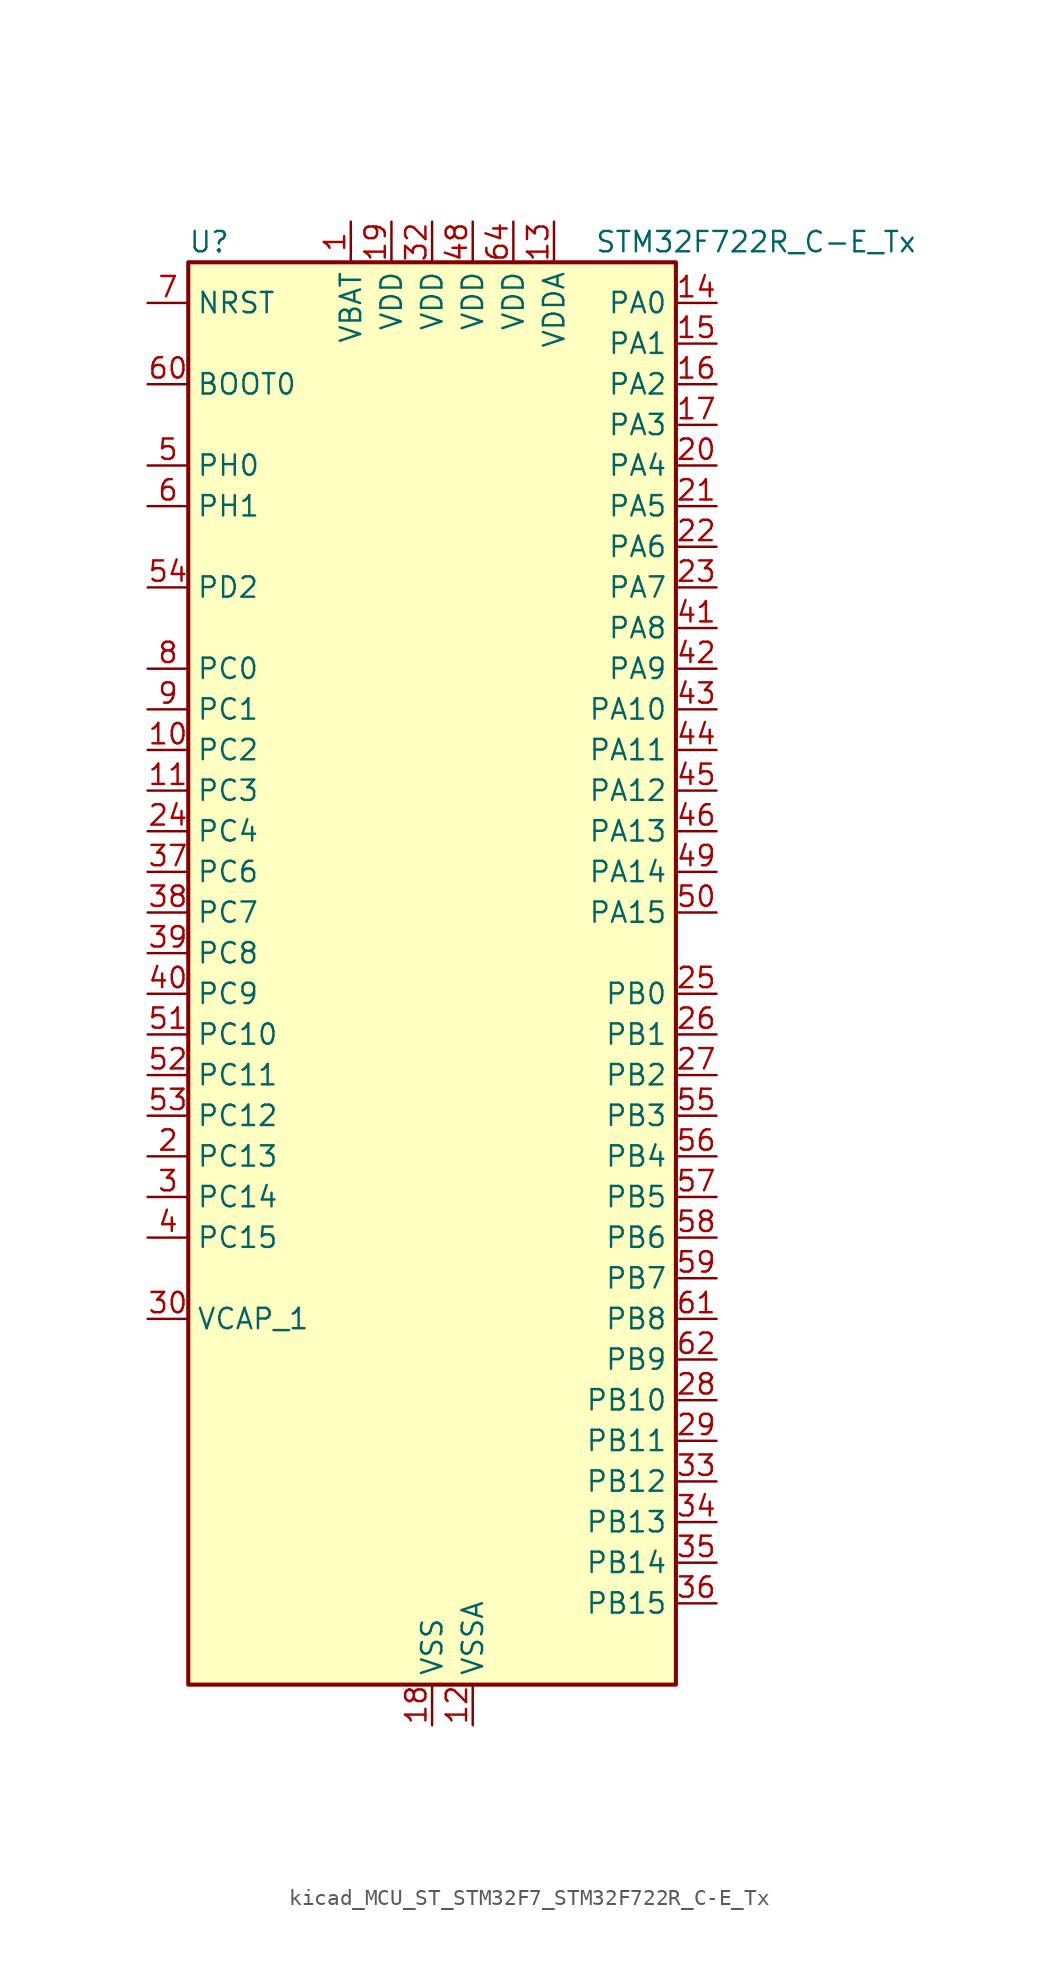
<source format=kicad_sym>
(kicad_symbol_lib
  (version 20220914)
  (generator kicad_symbol_editor)
  (symbol "kicad_MCU_ST_STM32F7_STM32F722R_C-E_Tx"
    (property "Reference" "U"
      (at -15.24 46.99 0)
      (effects (font (size 1.27 1.27)) (justify left)))
    (property "Value" "STM32F722R_C-E_Tx"
      (at 10.16 46.99 0)
      (effects (font (size 1.27 1.27)) (justify left)))
    (property "ki_locked" ""
      (at 0 0 0)
      (effects (font (size 1.27 1.27))))
    (symbol "kicad_MCU_ST_STM32F7_STM32F722R_C-E_Tx_0_1"
      (rectangle (start -15.24 -43.18) (end 15.24 45.72) (stroke (width 0.254) (type default)) (fill (type background))))
    (symbol "kicad_MCU_ST_STM32F7_STM32F722R_C-E_Tx_1_1"
      (pin power_in line (at -5.08 48.26 270) (length 2.54) (name "VBAT" (effects (font (size 1.27 1.27)))) (number "1" (effects (font (size 1.27 1.27)))))
      (pin bidirectional line (at -17.78 15.24 0) (length 2.54) (name "PC2" (effects (font (size 1.27 1.27)))) (number "10" (effects (font (size 1.27 1.27)))) (alternate "ADC1_IN12" bidirectional line) (alternate "ADC2_IN12" bidirectional line) (alternate "ADC3_IN12" bidirectional line) (alternate "SPI2_MISO" bidirectional line) (alternate "USB_OTG_HS_ULPI_DIR" bidirectional line))
      (pin bidirectional line (at -17.78 12.7 0) (length 2.54) (name "PC3" (effects (font (size 1.27 1.27)))) (number "11" (effects (font (size 1.27 1.27)))) (alternate "ADC1_IN13" bidirectional line) (alternate "ADC2_IN13" bidirectional line) (alternate "ADC3_IN13" bidirectional line) (alternate "I2S2_SD" bidirectional line) (alternate "SPI2_MOSI" bidirectional line) (alternate "USB_OTG_HS_ULPI_NXT" bidirectional line))
      (pin power_in line (at 2.54 -45.72 90) (length 2.54) (name "VSSA" (effects (font (size 1.27 1.27)))) (number "12" (effects (font (size 1.27 1.27)))))
      (pin power_in line (at 7.62 48.26 270) (length 2.54) (name "VDDA" (effects (font (size 1.27 1.27)))) (number "13" (effects (font (size 1.27 1.27)))))
      (pin bidirectional line (at 17.78 43.18 180) (length 2.54) (name "PA0" (effects (font (size 1.27 1.27)))) (number "14" (effects (font (size 1.27 1.27)))) (alternate "ADC1_IN0" bidirectional line) (alternate "ADC2_IN0" bidirectional line) (alternate "ADC3_IN0" bidirectional line) (alternate "SAI2_SD_B" bidirectional line) (alternate "SYS_WKUP1" bidirectional line) (alternate "TIM2_CH1" bidirectional line) (alternate "TIM2_ETR" bidirectional line) (alternate "TIM5_CH1" bidirectional line) (alternate "TIM8_ETR" bidirectional line) (alternate "UART4_TX" bidirectional line) (alternate "USART2_CTS" bidirectional line))
      (pin bidirectional line (at 17.78 40.64 180) (length 2.54) (name "PA1" (effects (font (size 1.27 1.27)))) (number "15" (effects (font (size 1.27 1.27)))) (alternate "ADC1_IN1" bidirectional line) (alternate "ADC2_IN1" bidirectional line) (alternate "ADC3_IN1" bidirectional line) (alternate "QUADSPI_BK1_IO3" bidirectional line) (alternate "SAI2_MCLK_B" bidirectional line) (alternate "TIM2_CH2" bidirectional line) (alternate "TIM5_CH2" bidirectional line) (alternate "UART4_RX" bidirectional line) (alternate "USART2_DE" bidirectional line) (alternate "USART2_RTS" bidirectional line))
      (pin bidirectional line (at 17.78 38.1 180) (length 2.54) (name "PA2" (effects (font (size 1.27 1.27)))) (number "16" (effects (font (size 1.27 1.27)))) (alternate "ADC1_IN2" bidirectional line) (alternate "ADC2_IN2" bidirectional line) (alternate "ADC3_IN2" bidirectional line) (alternate "SAI2_SCK_B" bidirectional line) (alternate "SYS_WKUP2" bidirectional line) (alternate "TIM2_CH3" bidirectional line) (alternate "TIM5_CH3" bidirectional line) (alternate "TIM9_CH1" bidirectional line) (alternate "USART2_TX" bidirectional line))
      (pin bidirectional line (at 17.78 35.56 180) (length 2.54) (name "PA3" (effects (font (size 1.27 1.27)))) (number "17" (effects (font (size 1.27 1.27)))) (alternate "ADC1_IN3" bidirectional line) (alternate "ADC2_IN3" bidirectional line) (alternate "ADC3_IN3" bidirectional line) (alternate "TIM2_CH4" bidirectional line) (alternate "TIM5_CH4" bidirectional line) (alternate "TIM9_CH2" bidirectional line) (alternate "USART2_RX" bidirectional line) (alternate "USB_OTG_HS_ULPI_D0" bidirectional line))
      (pin power_in line (at 0 -45.72 90) (length 2.54) (name "VSS" (effects (font (size 1.27 1.27)))) (number "18" (effects (font (size 1.27 1.27)))))
      (pin power_in line (at -2.54 48.26 270) (length 2.54) (name "VDD" (effects (font (size 1.27 1.27)))) (number "19" (effects (font (size 1.27 1.27)))))
      (pin bidirectional line (at -17.78 -10.16 0) (length 2.54) (name "PC13" (effects (font (size 1.27 1.27)))) (number "2" (effects (font (size 1.27 1.27)))) (alternate "RTC_OUT" bidirectional line) (alternate "RTC_TAMP1" bidirectional line) (alternate "RTC_TS" bidirectional line) (alternate "SYS_WKUP4" bidirectional line))
      (pin bidirectional line (at 17.78 33.02 180) (length 2.54) (name "PA4" (effects (font (size 1.27 1.27)))) (number "20" (effects (font (size 1.27 1.27)))) (alternate "ADC1_IN4" bidirectional line) (alternate "ADC2_IN4" bidirectional line) (alternate "DAC_OUT1" bidirectional line) (alternate "I2S1_WS" bidirectional line) (alternate "I2S3_WS" bidirectional line) (alternate "SPI1_NSS" bidirectional line) (alternate "SPI3_NSS" bidirectional line) (alternate "USART2_CK" bidirectional line) (alternate "USB_OTG_HS_SOF" bidirectional line))
      (pin bidirectional line (at 17.78 30.48 180) (length 2.54) (name "PA5" (effects (font (size 1.27 1.27)))) (number "21" (effects (font (size 1.27 1.27)))) (alternate "ADC1_IN5" bidirectional line) (alternate "ADC2_IN5" bidirectional line) (alternate "DAC_OUT2" bidirectional line) (alternate "I2S1_CK" bidirectional line) (alternate "SPI1_SCK" bidirectional line) (alternate "TIM2_CH1" bidirectional line) (alternate "TIM2_ETR" bidirectional line) (alternate "TIM8_CH1N" bidirectional line) (alternate "USB_OTG_HS_ULPI_CK" bidirectional line))
      (pin bidirectional line (at 17.78 27.94 180) (length 2.54) (name "PA6" (effects (font (size 1.27 1.27)))) (number "22" (effects (font (size 1.27 1.27)))) (alternate "ADC1_IN6" bidirectional line) (alternate "ADC2_IN6" bidirectional line) (alternate "SPI1_MISO" bidirectional line) (alternate "TIM13_CH1" bidirectional line) (alternate "TIM1_BKIN" bidirectional line) (alternate "TIM3_CH1" bidirectional line) (alternate "TIM8_BKIN" bidirectional line))
      (pin bidirectional line (at 17.78 25.4 180) (length 2.54) (name "PA7" (effects (font (size 1.27 1.27)))) (number "23" (effects (font (size 1.27 1.27)))) (alternate "ADC1_IN7" bidirectional line) (alternate "ADC2_IN7" bidirectional line) (alternate "I2S1_SD" bidirectional line) (alternate "SPI1_MOSI" bidirectional line) (alternate "TIM14_CH1" bidirectional line) (alternate "TIM1_CH1N" bidirectional line) (alternate "TIM3_CH2" bidirectional line) (alternate "TIM8_CH1N" bidirectional line))
      (pin bidirectional line (at -17.78 10.16 0) (length 2.54) (name "PC4" (effects (font (size 1.27 1.27)))) (number "24" (effects (font (size 1.27 1.27)))) (alternate "ADC1_IN14" bidirectional line) (alternate "ADC2_IN14" bidirectional line) (alternate "I2S1_MCK" bidirectional line))
      (pin bidirectional line (at 17.78 0 180) (length 2.54) (name "PB0" (effects (font (size 1.27 1.27)))) (number "25" (effects (font (size 1.27 1.27)))) (alternate "ADC1_IN8" bidirectional line) (alternate "ADC2_IN8" bidirectional line) (alternate "TIM1_CH2N" bidirectional line) (alternate "TIM3_CH3" bidirectional line) (alternate "TIM8_CH2N" bidirectional line) (alternate "UART4_CTS" bidirectional line) (alternate "USB_OTG_HS_ULPI_D1" bidirectional line))
      (pin bidirectional line (at 17.78 -2.54 180) (length 2.54) (name "PB1" (effects (font (size 1.27 1.27)))) (number "26" (effects (font (size 1.27 1.27)))) (alternate "ADC1_IN9" bidirectional line) (alternate "ADC2_IN9" bidirectional line) (alternate "TIM1_CH3N" bidirectional line) (alternate "TIM3_CH4" bidirectional line) (alternate "TIM8_CH3N" bidirectional line) (alternate "USB_OTG_HS_ULPI_D2" bidirectional line))
      (pin bidirectional line (at 17.78 -5.08 180) (length 2.54) (name "PB2" (effects (font (size 1.27 1.27)))) (number "27" (effects (font (size 1.27 1.27)))) (alternate "I2S3_SD" bidirectional line) (alternate "QUADSPI_CLK" bidirectional line) (alternate "SAI1_SD_A" bidirectional line) (alternate "SPI3_MOSI" bidirectional line))
      (pin bidirectional line (at 17.78 -25.4 180) (length 2.54) (name "PB10" (effects (font (size 1.27 1.27)))) (number "28" (effects (font (size 1.27 1.27)))) (alternate "I2C2_SCL" bidirectional line) (alternate "I2S2_CK" bidirectional line) (alternate "SPI2_SCK" bidirectional line) (alternate "TIM2_CH3" bidirectional line) (alternate "USART3_TX" bidirectional line) (alternate "USB_OTG_HS_ULPI_D3" bidirectional line))
      (pin bidirectional line (at 17.78 -27.94 180) (length 2.54) (name "PB11" (effects (font (size 1.27 1.27)))) (number "29" (effects (font (size 1.27 1.27)))) (alternate "ADC1_EXTI11" bidirectional line) (alternate "ADC2_EXTI11" bidirectional line) (alternate "ADC3_EXTI11" bidirectional line) (alternate "I2C2_SDA" bidirectional line) (alternate "TIM2_CH4" bidirectional line) (alternate "USART3_RX" bidirectional line) (alternate "USB_OTG_HS_ULPI_D4" bidirectional line))
      (pin bidirectional line (at -17.78 -12.7 0) (length 2.54) (name "PC14" (effects (font (size 1.27 1.27)))) (number "3" (effects (font (size 1.27 1.27)))) (alternate "RCC_OSC32_IN" bidirectional line))
      (pin power_out line (at -17.78 -20.32 0) (length 2.54) (name "VCAP_1" (effects (font (size 1.27 1.27)))) (number "30" (effects (font (size 1.27 1.27)))))
      (pin passive line (at 0 -45.72 90) (length 2.54) hide (name "VSS" (effects (font (size 1.27 1.27)))) (number "31" (effects (font (size 1.27 1.27)))))
      (pin power_in line (at 0 48.26 270) (length 2.54) (name "VDD" (effects (font (size 1.27 1.27)))) (number "32" (effects (font (size 1.27 1.27)))))
      (pin bidirectional line (at 17.78 -30.48 180) (length 2.54) (name "PB12" (effects (font (size 1.27 1.27)))) (number "33" (effects (font (size 1.27 1.27)))) (alternate "I2C2_SMBA" bidirectional line) (alternate "I2S2_WS" bidirectional line) (alternate "SPI2_NSS" bidirectional line) (alternate "TIM1_BKIN" bidirectional line) (alternate "USART3_CK" bidirectional line) (alternate "USB_OTG_HS_ID" bidirectional line) (alternate "USB_OTG_HS_ULPI_D5" bidirectional line))
      (pin bidirectional line (at 17.78 -33.02 180) (length 2.54) (name "PB13" (effects (font (size 1.27 1.27)))) (number "34" (effects (font (size 1.27 1.27)))) (alternate "I2S2_CK" bidirectional line) (alternate "SPI2_SCK" bidirectional line) (alternate "TIM1_CH1N" bidirectional line) (alternate "USART3_CTS" bidirectional line) (alternate "USB_OTG_HS_ULPI_D6" bidirectional line) (alternate "USB_OTG_HS_VBUS" bidirectional line))
      (pin bidirectional line (at 17.78 -35.56 180) (length 2.54) (name "PB14" (effects (font (size 1.27 1.27)))) (number "35" (effects (font (size 1.27 1.27)))) (alternate "SPI2_MISO" bidirectional line) (alternate "TIM12_CH1" bidirectional line) (alternate "TIM1_CH2N" bidirectional line) (alternate "TIM8_CH2N" bidirectional line) (alternate "USART3_DE" bidirectional line) (alternate "USART3_RTS" bidirectional line) (alternate "USB_OTG_HS_DM" bidirectional line))
      (pin bidirectional line (at 17.78 -38.1 180) (length 2.54) (name "PB15" (effects (font (size 1.27 1.27)))) (number "36" (effects (font (size 1.27 1.27)))) (alternate "I2S2_SD" bidirectional line) (alternate "RTC_REFIN" bidirectional line) (alternate "SPI2_MOSI" bidirectional line) (alternate "TIM12_CH2" bidirectional line) (alternate "TIM1_CH3N" bidirectional line) (alternate "TIM8_CH3N" bidirectional line) (alternate "USB_OTG_HS_DP" bidirectional line))
      (pin bidirectional line (at -17.78 7.62 0) (length 2.54) (name "PC6" (effects (font (size 1.27 1.27)))) (number "37" (effects (font (size 1.27 1.27)))) (alternate "I2S2_MCK" bidirectional line) (alternate "SDMMC1_D6" bidirectional line) (alternate "TIM3_CH1" bidirectional line) (alternate "TIM8_CH1" bidirectional line) (alternate "USART6_TX" bidirectional line))
      (pin bidirectional line (at -17.78 5.08 0) (length 2.54) (name "PC7" (effects (font (size 1.27 1.27)))) (number "38" (effects (font (size 1.27 1.27)))) (alternate "I2S3_MCK" bidirectional line) (alternate "SDMMC1_D7" bidirectional line) (alternate "TIM3_CH2" bidirectional line) (alternate "TIM8_CH2" bidirectional line) (alternate "USART6_RX" bidirectional line))
      (pin bidirectional line (at -17.78 2.54 0) (length 2.54) (name "PC8" (effects (font (size 1.27 1.27)))) (number "39" (effects (font (size 1.27 1.27)))) (alternate "SDMMC1_D0" bidirectional line) (alternate "SYS_TRACED1" bidirectional line) (alternate "TIM3_CH3" bidirectional line) (alternate "TIM8_CH3" bidirectional line) (alternate "UART5_DE" bidirectional line) (alternate "UART5_RTS" bidirectional line) (alternate "USART6_CK" bidirectional line))
      (pin bidirectional line (at -17.78 -15.24 0) (length 2.54) (name "PC15" (effects (font (size 1.27 1.27)))) (number "4" (effects (font (size 1.27 1.27)))) (alternate "RCC_OSC32_OUT" bidirectional line))
      (pin bidirectional line (at -17.78 0 0) (length 2.54) (name "PC9" (effects (font (size 1.27 1.27)))) (number "40" (effects (font (size 1.27 1.27)))) (alternate "DAC_EXTI9" bidirectional line) (alternate "I2C3_SDA" bidirectional line) (alternate "I2S_CKIN" bidirectional line) (alternate "QUADSPI_BK1_IO0" bidirectional line) (alternate "RCC_MCO_2" bidirectional line) (alternate "SDMMC1_D1" bidirectional line) (alternate "TIM3_CH4" bidirectional line) (alternate "TIM8_CH4" bidirectional line) (alternate "UART5_CTS" bidirectional line))
      (pin bidirectional line (at 17.78 22.86 180) (length 2.54) (name "PA8" (effects (font (size 1.27 1.27)))) (number "41" (effects (font (size 1.27 1.27)))) (alternate "I2C3_SCL" bidirectional line) (alternate "RCC_MCO_1" bidirectional line) (alternate "TIM1_CH1" bidirectional line) (alternate "TIM8_BKIN2" bidirectional line) (alternate "USART1_CK" bidirectional line) (alternate "USB_OTG_FS_SOF" bidirectional line))
      (pin bidirectional line (at 17.78 20.32 180) (length 2.54) (name "PA9" (effects (font (size 1.27 1.27)))) (number "42" (effects (font (size 1.27 1.27)))) (alternate "DAC_EXTI9" bidirectional line) (alternate "I2C3_SMBA" bidirectional line) (alternate "I2S2_CK" bidirectional line) (alternate "SPI2_SCK" bidirectional line) (alternate "TIM1_CH2" bidirectional line) (alternate "USART1_TX" bidirectional line) (alternate "USB_OTG_FS_VBUS" bidirectional line))
      (pin bidirectional line (at 17.78 17.78 180) (length 2.54) (name "PA10" (effects (font (size 1.27 1.27)))) (number "43" (effects (font (size 1.27 1.27)))) (alternate "TIM1_CH3" bidirectional line) (alternate "USART1_RX" bidirectional line) (alternate "USB_OTG_FS_ID" bidirectional line))
      (pin bidirectional line (at 17.78 15.24 180) (length 2.54) (name "PA11" (effects (font (size 1.27 1.27)))) (number "44" (effects (font (size 1.27 1.27)))) (alternate "ADC1_EXTI11" bidirectional line) (alternate "ADC2_EXTI11" bidirectional line) (alternate "ADC3_EXTI11" bidirectional line) (alternate "CAN1_RX" bidirectional line) (alternate "TIM1_CH4" bidirectional line) (alternate "USART1_CTS" bidirectional line) (alternate "USB_OTG_FS_DM" bidirectional line))
      (pin bidirectional line (at 17.78 12.7 180) (length 2.54) (name "PA12" (effects (font (size 1.27 1.27)))) (number "45" (effects (font (size 1.27 1.27)))) (alternate "CAN1_TX" bidirectional line) (alternate "SAI2_FS_B" bidirectional line) (alternate "TIM1_ETR" bidirectional line) (alternate "USART1_DE" bidirectional line) (alternate "USART1_RTS" bidirectional line) (alternate "USB_OTG_FS_DP" bidirectional line))
      (pin bidirectional line (at 17.78 10.16 180) (length 2.54) (name "PA13" (effects (font (size 1.27 1.27)))) (number "46" (effects (font (size 1.27 1.27)))) (alternate "SYS_JTMS-SWDIO" bidirectional line))
      (pin passive line (at 0 -45.72 90) (length 2.54) hide (name "VSS" (effects (font (size 1.27 1.27)))) (number "47" (effects (font (size 1.27 1.27)))))
      (pin power_in line (at 2.54 48.26 270) (length 2.54) (name "VDD" (effects (font (size 1.27 1.27)))) (number "48" (effects (font (size 1.27 1.27)))))
      (pin bidirectional line (at 17.78 7.62 180) (length 2.54) (name "PA14" (effects (font (size 1.27 1.27)))) (number "49" (effects (font (size 1.27 1.27)))) (alternate "SYS_JTCK-SWCLK" bidirectional line))
      (pin bidirectional line (at -17.78 33.02 0) (length 2.54) (name "PH0" (effects (font (size 1.27 1.27)))) (number "5" (effects (font (size 1.27 1.27)))) (alternate "RCC_OSC_IN" bidirectional line))
      (pin bidirectional line (at 17.78 5.08 180) (length 2.54) (name "PA15" (effects (font (size 1.27 1.27)))) (number "50" (effects (font (size 1.27 1.27)))) (alternate "I2S1_WS" bidirectional line) (alternate "I2S3_WS" bidirectional line) (alternate "SPI1_NSS" bidirectional line) (alternate "SPI3_NSS" bidirectional line) (alternate "SYS_JTDI" bidirectional line) (alternate "TIM2_CH1" bidirectional line) (alternate "TIM2_ETR" bidirectional line) (alternate "UART4_DE" bidirectional line) (alternate "UART4_RTS" bidirectional line))
      (pin bidirectional line (at -17.78 -2.54 0) (length 2.54) (name "PC10" (effects (font (size 1.27 1.27)))) (number "51" (effects (font (size 1.27 1.27)))) (alternate "I2S3_CK" bidirectional line) (alternate "QUADSPI_BK1_IO1" bidirectional line) (alternate "SDMMC1_D2" bidirectional line) (alternate "SPI3_SCK" bidirectional line) (alternate "UART4_TX" bidirectional line) (alternate "USART3_TX" bidirectional line))
      (pin bidirectional line (at -17.78 -5.08 0) (length 2.54) (name "PC11" (effects (font (size 1.27 1.27)))) (number "52" (effects (font (size 1.27 1.27)))) (alternate "ADC1_EXTI11" bidirectional line) (alternate "ADC2_EXTI11" bidirectional line) (alternate "ADC3_EXTI11" bidirectional line) (alternate "QUADSPI_BK2_NCS" bidirectional line) (alternate "SDMMC1_D3" bidirectional line) (alternate "SPI3_MISO" bidirectional line) (alternate "UART4_RX" bidirectional line) (alternate "USART3_RX" bidirectional line))
      (pin bidirectional line (at -17.78 -7.62 0) (length 2.54) (name "PC12" (effects (font (size 1.27 1.27)))) (number "53" (effects (font (size 1.27 1.27)))) (alternate "I2S3_SD" bidirectional line) (alternate "SDMMC1_CK" bidirectional line) (alternate "SPI3_MOSI" bidirectional line) (alternate "SYS_TRACED3" bidirectional line) (alternate "UART5_TX" bidirectional line) (alternate "USART3_CK" bidirectional line))
      (pin bidirectional line (at -17.78 25.4 0) (length 2.54) (name "PD2" (effects (font (size 1.27 1.27)))) (number "54" (effects (font (size 1.27 1.27)))) (alternate "SDMMC1_CMD" bidirectional line) (alternate "SYS_TRACED2" bidirectional line) (alternate "TIM3_ETR" bidirectional line) (alternate "UART5_RX" bidirectional line))
      (pin bidirectional line (at 17.78 -7.62 180) (length 2.54) (name "PB3" (effects (font (size 1.27 1.27)))) (number "55" (effects (font (size 1.27 1.27)))) (alternate "I2S1_CK" bidirectional line) (alternate "I2S3_CK" bidirectional line) (alternate "SPI1_SCK" bidirectional line) (alternate "SPI3_SCK" bidirectional line) (alternate "SYS_JTDO-SWO" bidirectional line) (alternate "TIM2_CH2" bidirectional line))
      (pin bidirectional line (at 17.78 -10.16 180) (length 2.54) (name "PB4" (effects (font (size 1.27 1.27)))) (number "56" (effects (font (size 1.27 1.27)))) (alternate "I2S2_WS" bidirectional line) (alternate "SPI1_MISO" bidirectional line) (alternate "SPI2_NSS" bidirectional line) (alternate "SPI3_MISO" bidirectional line) (alternate "SYS_JTRST" bidirectional line) (alternate "TIM3_CH1" bidirectional line))
      (pin bidirectional line (at 17.78 -12.7 180) (length 2.54) (name "PB5" (effects (font (size 1.27 1.27)))) (number "57" (effects (font (size 1.27 1.27)))) (alternate "I2C1_SMBA" bidirectional line) (alternate "I2S1_SD" bidirectional line) (alternate "I2S3_SD" bidirectional line) (alternate "SPI1_MOSI" bidirectional line) (alternate "SPI3_MOSI" bidirectional line) (alternate "TIM3_CH2" bidirectional line) (alternate "USB_OTG_HS_ULPI_D7" bidirectional line))
      (pin bidirectional line (at 17.78 -15.24 180) (length 2.54) (name "PB6" (effects (font (size 1.27 1.27)))) (number "58" (effects (font (size 1.27 1.27)))) (alternate "I2C1_SCL" bidirectional line) (alternate "QUADSPI_BK1_NCS" bidirectional line) (alternate "TIM4_CH1" bidirectional line) (alternate "USART1_TX" bidirectional line))
      (pin bidirectional line (at 17.78 -17.78 180) (length 2.54) (name "PB7" (effects (font (size 1.27 1.27)))) (number "59" (effects (font (size 1.27 1.27)))) (alternate "I2C1_SDA" bidirectional line) (alternate "TIM4_CH2" bidirectional line) (alternate "USART1_RX" bidirectional line))
      (pin bidirectional line (at -17.78 30.48 0) (length 2.54) (name "PH1" (effects (font (size 1.27 1.27)))) (number "6" (effects (font (size 1.27 1.27)))) (alternate "RCC_OSC_OUT" bidirectional line))
      (pin input line (at -17.78 38.1 0) (length 2.54) (name "BOOT0" (effects (font (size 1.27 1.27)))) (number "60" (effects (font (size 1.27 1.27)))))
      (pin bidirectional line (at 17.78 -20.32 180) (length 2.54) (name "PB8" (effects (font (size 1.27 1.27)))) (number "61" (effects (font (size 1.27 1.27)))) (alternate "CAN1_RX" bidirectional line) (alternate "I2C1_SCL" bidirectional line) (alternate "SDMMC1_D4" bidirectional line) (alternate "TIM10_CH1" bidirectional line) (alternate "TIM4_CH3" bidirectional line))
      (pin bidirectional line (at 17.78 -22.86 180) (length 2.54) (name "PB9" (effects (font (size 1.27 1.27)))) (number "62" (effects (font (size 1.27 1.27)))) (alternate "CAN1_TX" bidirectional line) (alternate "DAC_EXTI9" bidirectional line) (alternate "I2C1_SDA" bidirectional line) (alternate "I2S2_WS" bidirectional line) (alternate "SDMMC1_D5" bidirectional line) (alternate "SPI2_NSS" bidirectional line) (alternate "TIM11_CH1" bidirectional line) (alternate "TIM4_CH4" bidirectional line))
      (pin passive line (at 0 -45.72 90) (length 2.54) hide (name "VSS" (effects (font (size 1.27 1.27)))) (number "63" (effects (font (size 1.27 1.27)))))
      (pin power_in line (at 5.08 48.26 270) (length 2.54) (name "VDD" (effects (font (size 1.27 1.27)))) (number "64" (effects (font (size 1.27 1.27)))))
      (pin input line (at -17.78 43.18 0) (length 2.54) (name "NRST" (effects (font (size 1.27 1.27)))) (number "7" (effects (font (size 1.27 1.27)))))
      (pin bidirectional line (at -17.78 20.32 0) (length 2.54) (name "PC0" (effects (font (size 1.27 1.27)))) (number "8" (effects (font (size 1.27 1.27)))) (alternate "ADC1_IN10" bidirectional line) (alternate "ADC2_IN10" bidirectional line) (alternate "ADC3_IN10" bidirectional line) (alternate "SAI2_FS_B" bidirectional line) (alternate "USB_OTG_HS_ULPI_STP" bidirectional line))
      (pin bidirectional line (at -17.78 17.78 0) (length 2.54) (name "PC1" (effects (font (size 1.27 1.27)))) (number "9" (effects (font (size 1.27 1.27)))) (alternate "ADC1_IN11" bidirectional line) (alternate "ADC2_IN11" bidirectional line) (alternate "ADC3_IN11" bidirectional line) (alternate "I2S2_SD" bidirectional line) (alternate "RTC_TAMP3" bidirectional line) (alternate "RTC_TS" bidirectional line) (alternate "SAI1_SD_A" bidirectional line) (alternate "SPI2_MOSI" bidirectional line) (alternate "SYS_TRACED0" bidirectional line) (alternate "SYS_WKUP3" bidirectional line)))))
</source>
